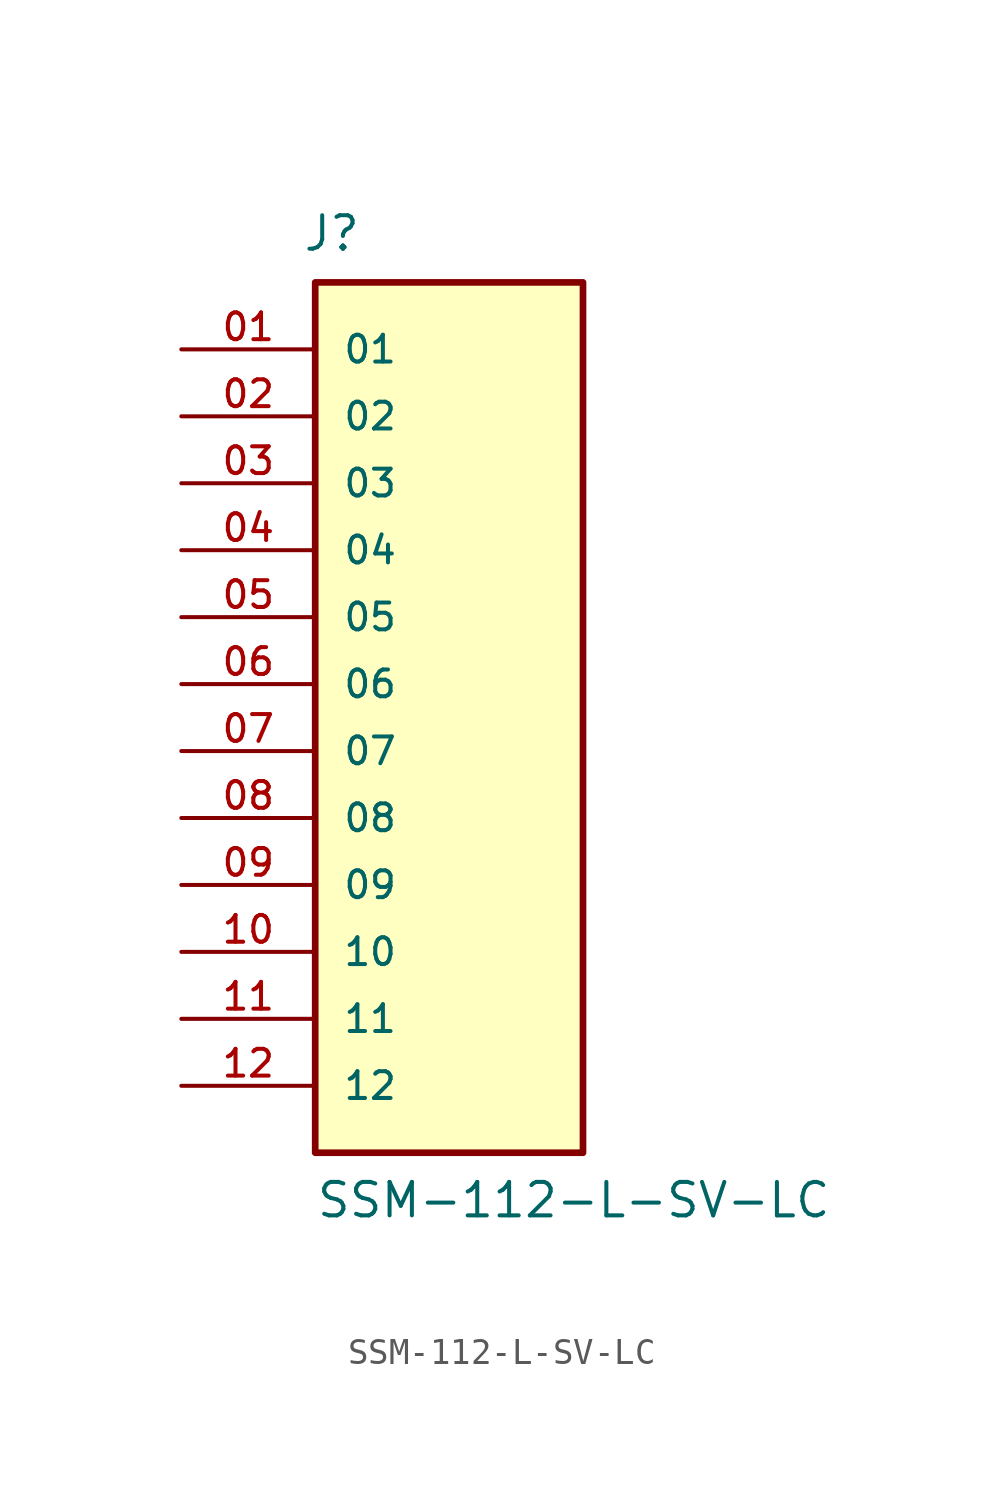
<source format=kicad_sym>
(kicad_symbol_lib
  (version 20211014)
  (generator kicad_symbol_editor)
  (symbol "SSM-112-L-SV-LC"
    (pin_names
      (offset 1.016))
    (property "Reference" "J"
      (at -5.58 16.356 0)
      (effects (font (size 1.27 1.27)) (justify bottom left)))
    (property "Value" "SSM-112-L-SV-LC"
      (at -5.08 -20.32 0)
      (effects (font (size 1.27 1.27)) (justify bottom left)))
    (symbol "SSM-112-L-SV-LC_0_0"
      (rectangle (start -5.08 -17.78) (end 5.08 15.24) (stroke (width 0.254)) (fill (type background)))
      (pin passive line (at -10.16 12.7 0) (length 5.08) (name "01" (effects (font (size 1.016 1.016)))) (number "01" (effects (font (size 1.016 1.016)))))
      (pin passive line (at -10.16 10.16 0) (length 5.08) (name "02" (effects (font (size 1.016 1.016)))) (number "02" (effects (font (size 1.016 1.016)))))
      (pin passive line (at -10.16 7.62 0) (length 5.08) (name "03" (effects (font (size 1.016 1.016)))) (number "03" (effects (font (size 1.016 1.016)))))
      (pin passive line (at -10.16 5.08 0) (length 5.08) (name "04" (effects (font (size 1.016 1.016)))) (number "04" (effects (font (size 1.016 1.016)))))
      (pin passive line (at -10.16 2.54 0) (length 5.08) (name "05" (effects (font (size 1.016 1.016)))) (number "05" (effects (font (size 1.016 1.016)))))
      (pin passive line (at -10.16 0.0 0) (length 5.08) (name "06" (effects (font (size 1.016 1.016)))) (number "06" (effects (font (size 1.016 1.016)))))
      (pin passive line (at -10.16 -2.54 0) (length 5.08) (name "07" (effects (font (size 1.016 1.016)))) (number "07" (effects (font (size 1.016 1.016)))))
      (pin passive line (at -10.16 -5.08 0) (length 5.08) (name "08" (effects (font (size 1.016 1.016)))) (number "08" (effects (font (size 1.016 1.016)))))
      (pin passive line (at -10.16 -7.62 0) (length 5.08) (name "09" (effects (font (size 1.016 1.016)))) (number "09" (effects (font (size 1.016 1.016)))))
      (pin passive line (at -10.16 -10.16 0) (length 5.08) (name "10" (effects (font (size 1.016 1.016)))) (number "10" (effects (font (size 1.016 1.016)))))
      (pin passive line (at -10.16 -12.7 0) (length 5.08) (name "11" (effects (font (size 1.016 1.016)))) (number "11" (effects (font (size 1.016 1.016)))))
      (pin passive line (at -10.16 -15.24 0) (length 5.08) (name "12" (effects (font (size 1.016 1.016)))) (number "12" (effects (font (size 1.016 1.016))))))))
</source>
